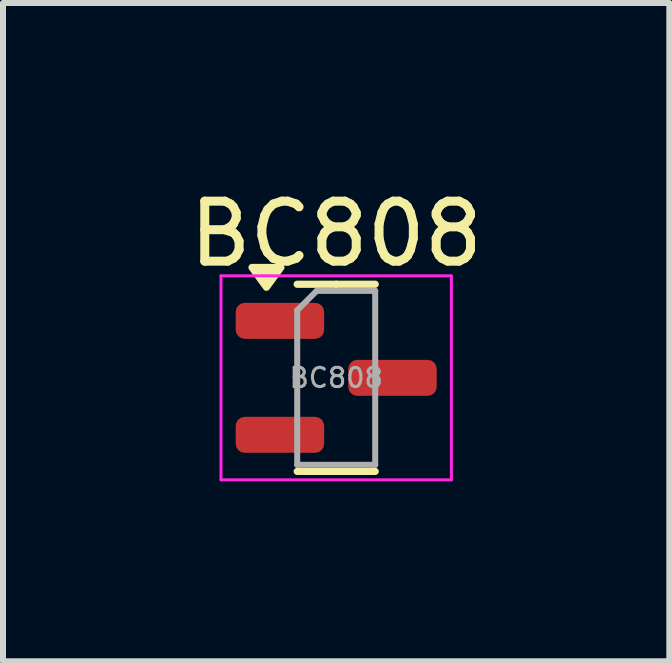
<source format=kicad_pcb>
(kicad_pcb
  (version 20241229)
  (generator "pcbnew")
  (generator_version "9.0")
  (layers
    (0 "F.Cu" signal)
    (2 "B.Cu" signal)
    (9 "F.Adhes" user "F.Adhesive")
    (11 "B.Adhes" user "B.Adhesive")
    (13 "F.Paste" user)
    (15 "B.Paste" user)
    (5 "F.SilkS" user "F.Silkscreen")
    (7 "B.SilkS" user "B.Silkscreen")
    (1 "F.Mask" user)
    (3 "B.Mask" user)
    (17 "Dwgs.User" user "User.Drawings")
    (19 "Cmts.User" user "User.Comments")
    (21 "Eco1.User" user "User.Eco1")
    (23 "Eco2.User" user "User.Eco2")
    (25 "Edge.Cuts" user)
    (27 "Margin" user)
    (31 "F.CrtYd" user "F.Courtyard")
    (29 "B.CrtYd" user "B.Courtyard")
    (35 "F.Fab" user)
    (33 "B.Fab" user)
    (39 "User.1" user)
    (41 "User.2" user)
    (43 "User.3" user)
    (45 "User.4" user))
  (footprint "BC808"
    (layer "F.Cu")
    (at 2.554 3.248)
    (property "Reference" "BC808" (at 0 -2.4 0) (layer "F.SilkS") (effects (font (size 1 1) (thickness 0.15))))
    (attr smd)
    (fp_line (start 0 -1.56) (end -0.65 -1.56) (stroke (width 0.12) (type solid)) (layer "F.SilkS"))
    (fp_line (start 0 -1.56) (end 0.65 -1.56) (stroke (width 0.12) (type solid)) (layer "F.SilkS"))
    (fp_line (start 0 1.56) (end -0.65 1.56) (stroke (width 0.12) (type solid)) (layer "F.SilkS"))
    (fp_line (start 0 1.56) (end 0.65 1.56) (stroke (width 0.12) (type solid)) (layer "F.SilkS"))
    (fp_poly (pts (xy -1.163 -1.51) (xy -1.403 -1.84) (xy -0.922 -1.84) (xy -1.163 -1.51)) (stroke (width 0.12) (type solid)) (fill yes) (layer "F.SilkS"))
    (fp_line (start -1.92 -1.7) (end -1.92 1.7) (stroke (width 0.05) (type solid)) (layer "F.CrtYd"))
    (fp_line (start -1.92 1.7) (end 1.92 1.7) (stroke (width 0.05) (type solid)) (layer "F.CrtYd"))
    (fp_line (start 1.92 -1.7) (end -1.92 -1.7) (stroke (width 0.05) (type solid)) (layer "F.CrtYd"))
    (fp_line (start 1.92 1.7) (end 1.92 -1.7) (stroke (width 0.05) (type solid)) (layer "F.CrtYd"))
    (fp_line (start -0.65 -1.125) (end -0.325 -1.45) (stroke (width 0.1) (type solid)) (layer "F.Fab"))
    (fp_line (start -0.65 1.45) (end -0.65 -1.125) (stroke (width 0.1) (type solid)) (layer "F.Fab"))
    (fp_line (start -0.325 -1.45) (end 0.65 -1.45) (stroke (width 0.1) (type solid)) (layer "F.Fab"))
    (fp_line (start 0.65 -1.45) (end 0.65 1.45) (stroke (width 0.1) (type solid)) (layer "F.Fab"))
    (fp_line (start 0.65 1.45) (end -0.65 1.45) (stroke (width 0.1) (type solid)) (layer "F.Fab"))
    (fp_text user "${REFERENCE}" (at 0 0 0) (layer "F.Fab") (effects (font (size 0.32 0.32) (thickness 0.05))))
    (pad "1" smd roundrect (at -0.938 -0.95) (size 1.475 0.6) (layers "F.Cu" "F.Mask" "F.Paste") (roundrect_rratio 0.25))
    (pad "2" smd roundrect (at -0.938 0.95) (size 1.475 0.6) (layers "F.Cu" "F.Mask" "F.Paste") (roundrect_rratio 0.25))
    (pad "3" smd roundrect (at 0.938 0) (size 1.475 0.6) (layers "F.Cu" "F.Mask" "F.Paste") (roundrect_rratio 0.25)))
  (gr_rect
    (start -3 -3)
    (end 8.107 7.973)
    (stroke (width 0.1) (type default))
    (fill no)
    (layer "Edge.Cuts")))
</source>
